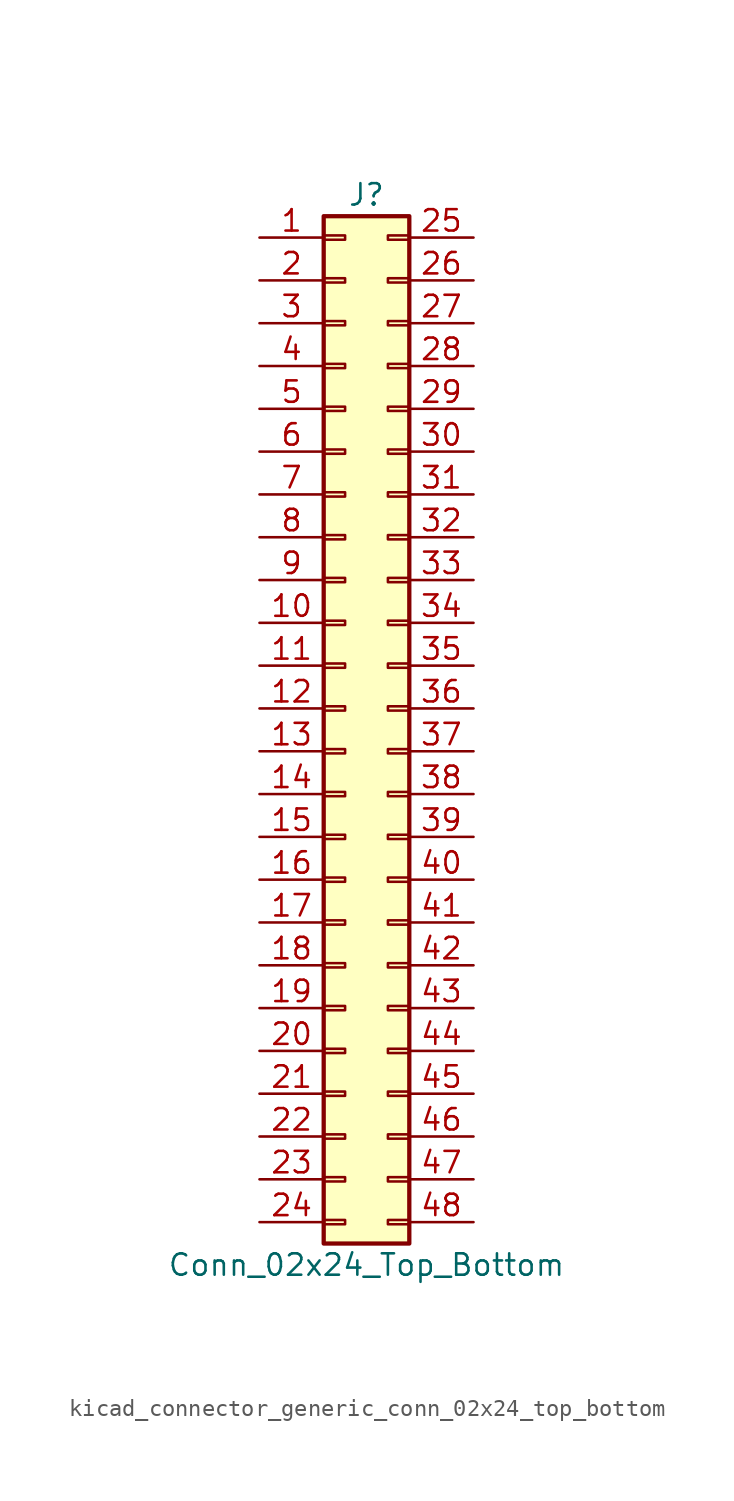
<source format=kicad_sym>
(kicad_symbol_lib
  (version 20220914)
  (generator kicad_symbol_editor)
  (symbol "kicad_connector_generic_conn_02x24_top_bottom"
    (pin_names
      (offset 1.016) hide)
    (property "Reference" "J"
      (at 1.27 30.48 0)
      (effects (font (size 1.27 1.27))))
    (property "Value" "Conn_02x24_Top_Bottom"
      (at 1.27 -33.02 0)
      (effects (font (size 1.27 1.27))))
    (symbol "kicad_connector_generic_conn_02x24_top_bottom_1_1"
      (rectangle (start -1.27 -30.353) (end 0 -30.607) (stroke (width 0.152) (type default)) (fill (type none)))
      (rectangle (start -1.27 -27.813) (end 0 -28.067) (stroke (width 0.152) (type default)) (fill (type none)))
      (rectangle (start -1.27 -25.273) (end 0 -25.527) (stroke (width 0.152) (type default)) (fill (type none)))
      (rectangle (start -1.27 -22.733) (end 0 -22.987) (stroke (width 0.152) (type default)) (fill (type none)))
      (rectangle (start -1.27 -20.193) (end 0 -20.447) (stroke (width 0.152) (type default)) (fill (type none)))
      (rectangle (start -1.27 -17.653) (end 0 -17.907) (stroke (width 0.152) (type default)) (fill (type none)))
      (rectangle (start -1.27 -15.113) (end 0 -15.367) (stroke (width 0.152) (type default)) (fill (type none)))
      (rectangle (start -1.27 -12.573) (end 0 -12.827) (stroke (width 0.152) (type default)) (fill (type none)))
      (rectangle (start -1.27 -10.033) (end 0 -10.287) (stroke (width 0.152) (type default)) (fill (type none)))
      (rectangle (start -1.27 -7.493) (end 0 -7.747) (stroke (width 0.152) (type default)) (fill (type none)))
      (rectangle (start -1.27 -4.953) (end 0 -5.207) (stroke (width 0.152) (type default)) (fill (type none)))
      (rectangle (start -1.27 -2.413) (end 0 -2.667) (stroke (width 0.152) (type default)) (fill (type none)))
      (rectangle (start -1.27 0.127) (end 0 -0.127) (stroke (width 0.152) (type default)) (fill (type none)))
      (rectangle (start -1.27 2.667) (end 0 2.413) (stroke (width 0.152) (type default)) (fill (type none)))
      (rectangle (start -1.27 5.207) (end 0 4.953) (stroke (width 0.152) (type default)) (fill (type none)))
      (rectangle (start -1.27 7.747) (end 0 7.493) (stroke (width 0.152) (type default)) (fill (type none)))
      (rectangle (start -1.27 10.287) (end 0 10.033) (stroke (width 0.152) (type default)) (fill (type none)))
      (rectangle (start -1.27 12.827) (end 0 12.573) (stroke (width 0.152) (type default)) (fill (type none)))
      (rectangle (start -1.27 15.367) (end 0 15.113) (stroke (width 0.152) (type default)) (fill (type none)))
      (rectangle (start -1.27 17.907) (end 0 17.653) (stroke (width 0.152) (type default)) (fill (type none)))
      (rectangle (start -1.27 20.447) (end 0 20.193) (stroke (width 0.152) (type default)) (fill (type none)))
      (rectangle (start -1.27 22.987) (end 0 22.733) (stroke (width 0.152) (type default)) (fill (type none)))
      (rectangle (start -1.27 25.527) (end 0 25.273) (stroke (width 0.152) (type default)) (fill (type none)))
      (rectangle (start -1.27 28.067) (end 0 27.813) (stroke (width 0.152) (type default)) (fill (type none)))
      (rectangle (start -1.27 29.21) (end 3.81 -31.75) (stroke (width 0.254) (type default)) (fill (type background)))
      (rectangle (start 3.81 -30.353) (end 2.54 -30.607) (stroke (width 0.152) (type default)) (fill (type none)))
      (rectangle (start 3.81 -27.813) (end 2.54 -28.067) (stroke (width 0.152) (type default)) (fill (type none)))
      (rectangle (start 3.81 -25.273) (end 2.54 -25.527) (stroke (width 0.152) (type default)) (fill (type none)))
      (rectangle (start 3.81 -22.733) (end 2.54 -22.987) (stroke (width 0.152) (type default)) (fill (type none)))
      (rectangle (start 3.81 -20.193) (end 2.54 -20.447) (stroke (width 0.152) (type default)) (fill (type none)))
      (rectangle (start 3.81 -17.653) (end 2.54 -17.907) (stroke (width 0.152) (type default)) (fill (type none)))
      (rectangle (start 3.81 -15.113) (end 2.54 -15.367) (stroke (width 0.152) (type default)) (fill (type none)))
      (rectangle (start 3.81 -12.573) (end 2.54 -12.827) (stroke (width 0.152) (type default)) (fill (type none)))
      (rectangle (start 3.81 -10.033) (end 2.54 -10.287) (stroke (width 0.152) (type default)) (fill (type none)))
      (rectangle (start 3.81 -7.493) (end 2.54 -7.747) (stroke (width 0.152) (type default)) (fill (type none)))
      (rectangle (start 3.81 -4.953) (end 2.54 -5.207) (stroke (width 0.152) (type default)) (fill (type none)))
      (rectangle (start 3.81 -2.413) (end 2.54 -2.667) (stroke (width 0.152) (type default)) (fill (type none)))
      (rectangle (start 3.81 0.127) (end 2.54 -0.127) (stroke (width 0.152) (type default)) (fill (type none)))
      (rectangle (start 3.81 2.667) (end 2.54 2.413) (stroke (width 0.152) (type default)) (fill (type none)))
      (rectangle (start 3.81 5.207) (end 2.54 4.953) (stroke (width 0.152) (type default)) (fill (type none)))
      (rectangle (start 3.81 7.747) (end 2.54 7.493) (stroke (width 0.152) (type default)) (fill (type none)))
      (rectangle (start 3.81 10.287) (end 2.54 10.033) (stroke (width 0.152) (type default)) (fill (type none)))
      (rectangle (start 3.81 12.827) (end 2.54 12.573) (stroke (width 0.152) (type default)) (fill (type none)))
      (rectangle (start 3.81 15.367) (end 2.54 15.113) (stroke (width 0.152) (type default)) (fill (type none)))
      (rectangle (start 3.81 17.907) (end 2.54 17.653) (stroke (width 0.152) (type default)) (fill (type none)))
      (rectangle (start 3.81 20.447) (end 2.54 20.193) (stroke (width 0.152) (type default)) (fill (type none)))
      (rectangle (start 3.81 22.987) (end 2.54 22.733) (stroke (width 0.152) (type default)) (fill (type none)))
      (rectangle (start 3.81 25.527) (end 2.54 25.273) (stroke (width 0.152) (type default)) (fill (type none)))
      (rectangle (start 3.81 28.067) (end 2.54 27.813) (stroke (width 0.152) (type default)) (fill (type none)))
      (pin passive line (at -5.08 27.94 0) (length 3.81) (name "Pin_1" (effects (font (size 1.27 1.27)))) (number "1" (effects (font (size 1.27 1.27)))))
      (pin passive line (at -5.08 5.08 0) (length 3.81) (name "Pin_10" (effects (font (size 1.27 1.27)))) (number "10" (effects (font (size 1.27 1.27)))))
      (pin passive line (at -5.08 2.54 0) (length 3.81) (name "Pin_11" (effects (font (size 1.27 1.27)))) (number "11" (effects (font (size 1.27 1.27)))))
      (pin passive line (at -5.08 0 0) (length 3.81) (name "Pin_12" (effects (font (size 1.27 1.27)))) (number "12" (effects (font (size 1.27 1.27)))))
      (pin passive line (at -5.08 -2.54 0) (length 3.81) (name "Pin_13" (effects (font (size 1.27 1.27)))) (number "13" (effects (font (size 1.27 1.27)))))
      (pin passive line (at -5.08 -5.08 0) (length 3.81) (name "Pin_14" (effects (font (size 1.27 1.27)))) (number "14" (effects (font (size 1.27 1.27)))))
      (pin passive line (at -5.08 -7.62 0) (length 3.81) (name "Pin_15" (effects (font (size 1.27 1.27)))) (number "15" (effects (font (size 1.27 1.27)))))
      (pin passive line (at -5.08 -10.16 0) (length 3.81) (name "Pin_16" (effects (font (size 1.27 1.27)))) (number "16" (effects (font (size 1.27 1.27)))))
      (pin passive line (at -5.08 -12.7 0) (length 3.81) (name "Pin_17" (effects (font (size 1.27 1.27)))) (number "17" (effects (font (size 1.27 1.27)))))
      (pin passive line (at -5.08 -15.24 0) (length 3.81) (name "Pin_18" (effects (font (size 1.27 1.27)))) (number "18" (effects (font (size 1.27 1.27)))))
      (pin passive line (at -5.08 -17.78 0) (length 3.81) (name "Pin_19" (effects (font (size 1.27 1.27)))) (number "19" (effects (font (size 1.27 1.27)))))
      (pin passive line (at -5.08 25.4 0) (length 3.81) (name "Pin_2" (effects (font (size 1.27 1.27)))) (number "2" (effects (font (size 1.27 1.27)))))
      (pin passive line (at -5.08 -20.32 0) (length 3.81) (name "Pin_20" (effects (font (size 1.27 1.27)))) (number "20" (effects (font (size 1.27 1.27)))))
      (pin passive line (at -5.08 -22.86 0) (length 3.81) (name "Pin_21" (effects (font (size 1.27 1.27)))) (number "21" (effects (font (size 1.27 1.27)))))
      (pin passive line (at -5.08 -25.4 0) (length 3.81) (name "Pin_22" (effects (font (size 1.27 1.27)))) (number "22" (effects (font (size 1.27 1.27)))))
      (pin passive line (at -5.08 -27.94 0) (length 3.81) (name "Pin_23" (effects (font (size 1.27 1.27)))) (number "23" (effects (font (size 1.27 1.27)))))
      (pin passive line (at -5.08 -30.48 0) (length 3.81) (name "Pin_24" (effects (font (size 1.27 1.27)))) (number "24" (effects (font (size 1.27 1.27)))))
      (pin passive line (at 7.62 27.94 180) (length 3.81) (name "Pin_25" (effects (font (size 1.27 1.27)))) (number "25" (effects (font (size 1.27 1.27)))))
      (pin passive line (at 7.62 25.4 180) (length 3.81) (name "Pin_26" (effects (font (size 1.27 1.27)))) (number "26" (effects (font (size 1.27 1.27)))))
      (pin passive line (at 7.62 22.86 180) (length 3.81) (name "Pin_27" (effects (font (size 1.27 1.27)))) (number "27" (effects (font (size 1.27 1.27)))))
      (pin passive line (at 7.62 20.32 180) (length 3.81) (name "Pin_28" (effects (font (size 1.27 1.27)))) (number "28" (effects (font (size 1.27 1.27)))))
      (pin passive line (at 7.62 17.78 180) (length 3.81) (name "Pin_29" (effects (font (size 1.27 1.27)))) (number "29" (effects (font (size 1.27 1.27)))))
      (pin passive line (at -5.08 22.86 0) (length 3.81) (name "Pin_3" (effects (font (size 1.27 1.27)))) (number "3" (effects (font (size 1.27 1.27)))))
      (pin passive line (at 7.62 15.24 180) (length 3.81) (name "Pin_30" (effects (font (size 1.27 1.27)))) (number "30" (effects (font (size 1.27 1.27)))))
      (pin passive line (at 7.62 12.7 180) (length 3.81) (name "Pin_31" (effects (font (size 1.27 1.27)))) (number "31" (effects (font (size 1.27 1.27)))))
      (pin passive line (at 7.62 10.16 180) (length 3.81) (name "Pin_32" (effects (font (size 1.27 1.27)))) (number "32" (effects (font (size 1.27 1.27)))))
      (pin passive line (at 7.62 7.62 180) (length 3.81) (name "Pin_33" (effects (font (size 1.27 1.27)))) (number "33" (effects (font (size 1.27 1.27)))))
      (pin passive line (at 7.62 5.08 180) (length 3.81) (name "Pin_34" (effects (font (size 1.27 1.27)))) (number "34" (effects (font (size 1.27 1.27)))))
      (pin passive line (at 7.62 2.54 180) (length 3.81) (name "Pin_35" (effects (font (size 1.27 1.27)))) (number "35" (effects (font (size 1.27 1.27)))))
      (pin passive line (at 7.62 0 180) (length 3.81) (name "Pin_36" (effects (font (size 1.27 1.27)))) (number "36" (effects (font (size 1.27 1.27)))))
      (pin passive line (at 7.62 -2.54 180) (length 3.81) (name "Pin_37" (effects (font (size 1.27 1.27)))) (number "37" (effects (font (size 1.27 1.27)))))
      (pin passive line (at 7.62 -5.08 180) (length 3.81) (name "Pin_38" (effects (font (size 1.27 1.27)))) (number "38" (effects (font (size 1.27 1.27)))))
      (pin passive line (at 7.62 -7.62 180) (length 3.81) (name "Pin_39" (effects (font (size 1.27 1.27)))) (number "39" (effects (font (size 1.27 1.27)))))
      (pin passive line (at -5.08 20.32 0) (length 3.81) (name "Pin_4" (effects (font (size 1.27 1.27)))) (number "4" (effects (font (size 1.27 1.27)))))
      (pin passive line (at 7.62 -10.16 180) (length 3.81) (name "Pin_40" (effects (font (size 1.27 1.27)))) (number "40" (effects (font (size 1.27 1.27)))))
      (pin passive line (at 7.62 -12.7 180) (length 3.81) (name "Pin_41" (effects (font (size 1.27 1.27)))) (number "41" (effects (font (size 1.27 1.27)))))
      (pin passive line (at 7.62 -15.24 180) (length 3.81) (name "Pin_42" (effects (font (size 1.27 1.27)))) (number "42" (effects (font (size 1.27 1.27)))))
      (pin passive line (at 7.62 -17.78 180) (length 3.81) (name "Pin_43" (effects (font (size 1.27 1.27)))) (number "43" (effects (font (size 1.27 1.27)))))
      (pin passive line (at 7.62 -20.32 180) (length 3.81) (name "Pin_44" (effects (font (size 1.27 1.27)))) (number "44" (effects (font (size 1.27 1.27)))))
      (pin passive line (at 7.62 -22.86 180) (length 3.81) (name "Pin_45" (effects (font (size 1.27 1.27)))) (number "45" (effects (font (size 1.27 1.27)))))
      (pin passive line (at 7.62 -25.4 180) (length 3.81) (name "Pin_46" (effects (font (size 1.27 1.27)))) (number "46" (effects (font (size 1.27 1.27)))))
      (pin passive line (at 7.62 -27.94 180) (length 3.81) (name "Pin_47" (effects (font (size 1.27 1.27)))) (number "47" (effects (font (size 1.27 1.27)))))
      (pin passive line (at 7.62 -30.48 180) (length 3.81) (name "Pin_48" (effects (font (size 1.27 1.27)))) (number "48" (effects (font (size 1.27 1.27)))))
      (pin passive line (at -5.08 17.78 0) (length 3.81) (name "Pin_5" (effects (font (size 1.27 1.27)))) (number "5" (effects (font (size 1.27 1.27)))))
      (pin passive line (at -5.08 15.24 0) (length 3.81) (name "Pin_6" (effects (font (size 1.27 1.27)))) (number "6" (effects (font (size 1.27 1.27)))))
      (pin passive line (at -5.08 12.7 0) (length 3.81) (name "Pin_7" (effects (font (size 1.27 1.27)))) (number "7" (effects (font (size 1.27 1.27)))))
      (pin passive line (at -5.08 10.16 0) (length 3.81) (name "Pin_8" (effects (font (size 1.27 1.27)))) (number "8" (effects (font (size 1.27 1.27)))))
      (pin passive line (at -5.08 7.62 0) (length 3.81) (name "Pin_9" (effects (font (size 1.27 1.27)))) (number "9" (effects (font (size 1.27 1.27))))))))
</source>
